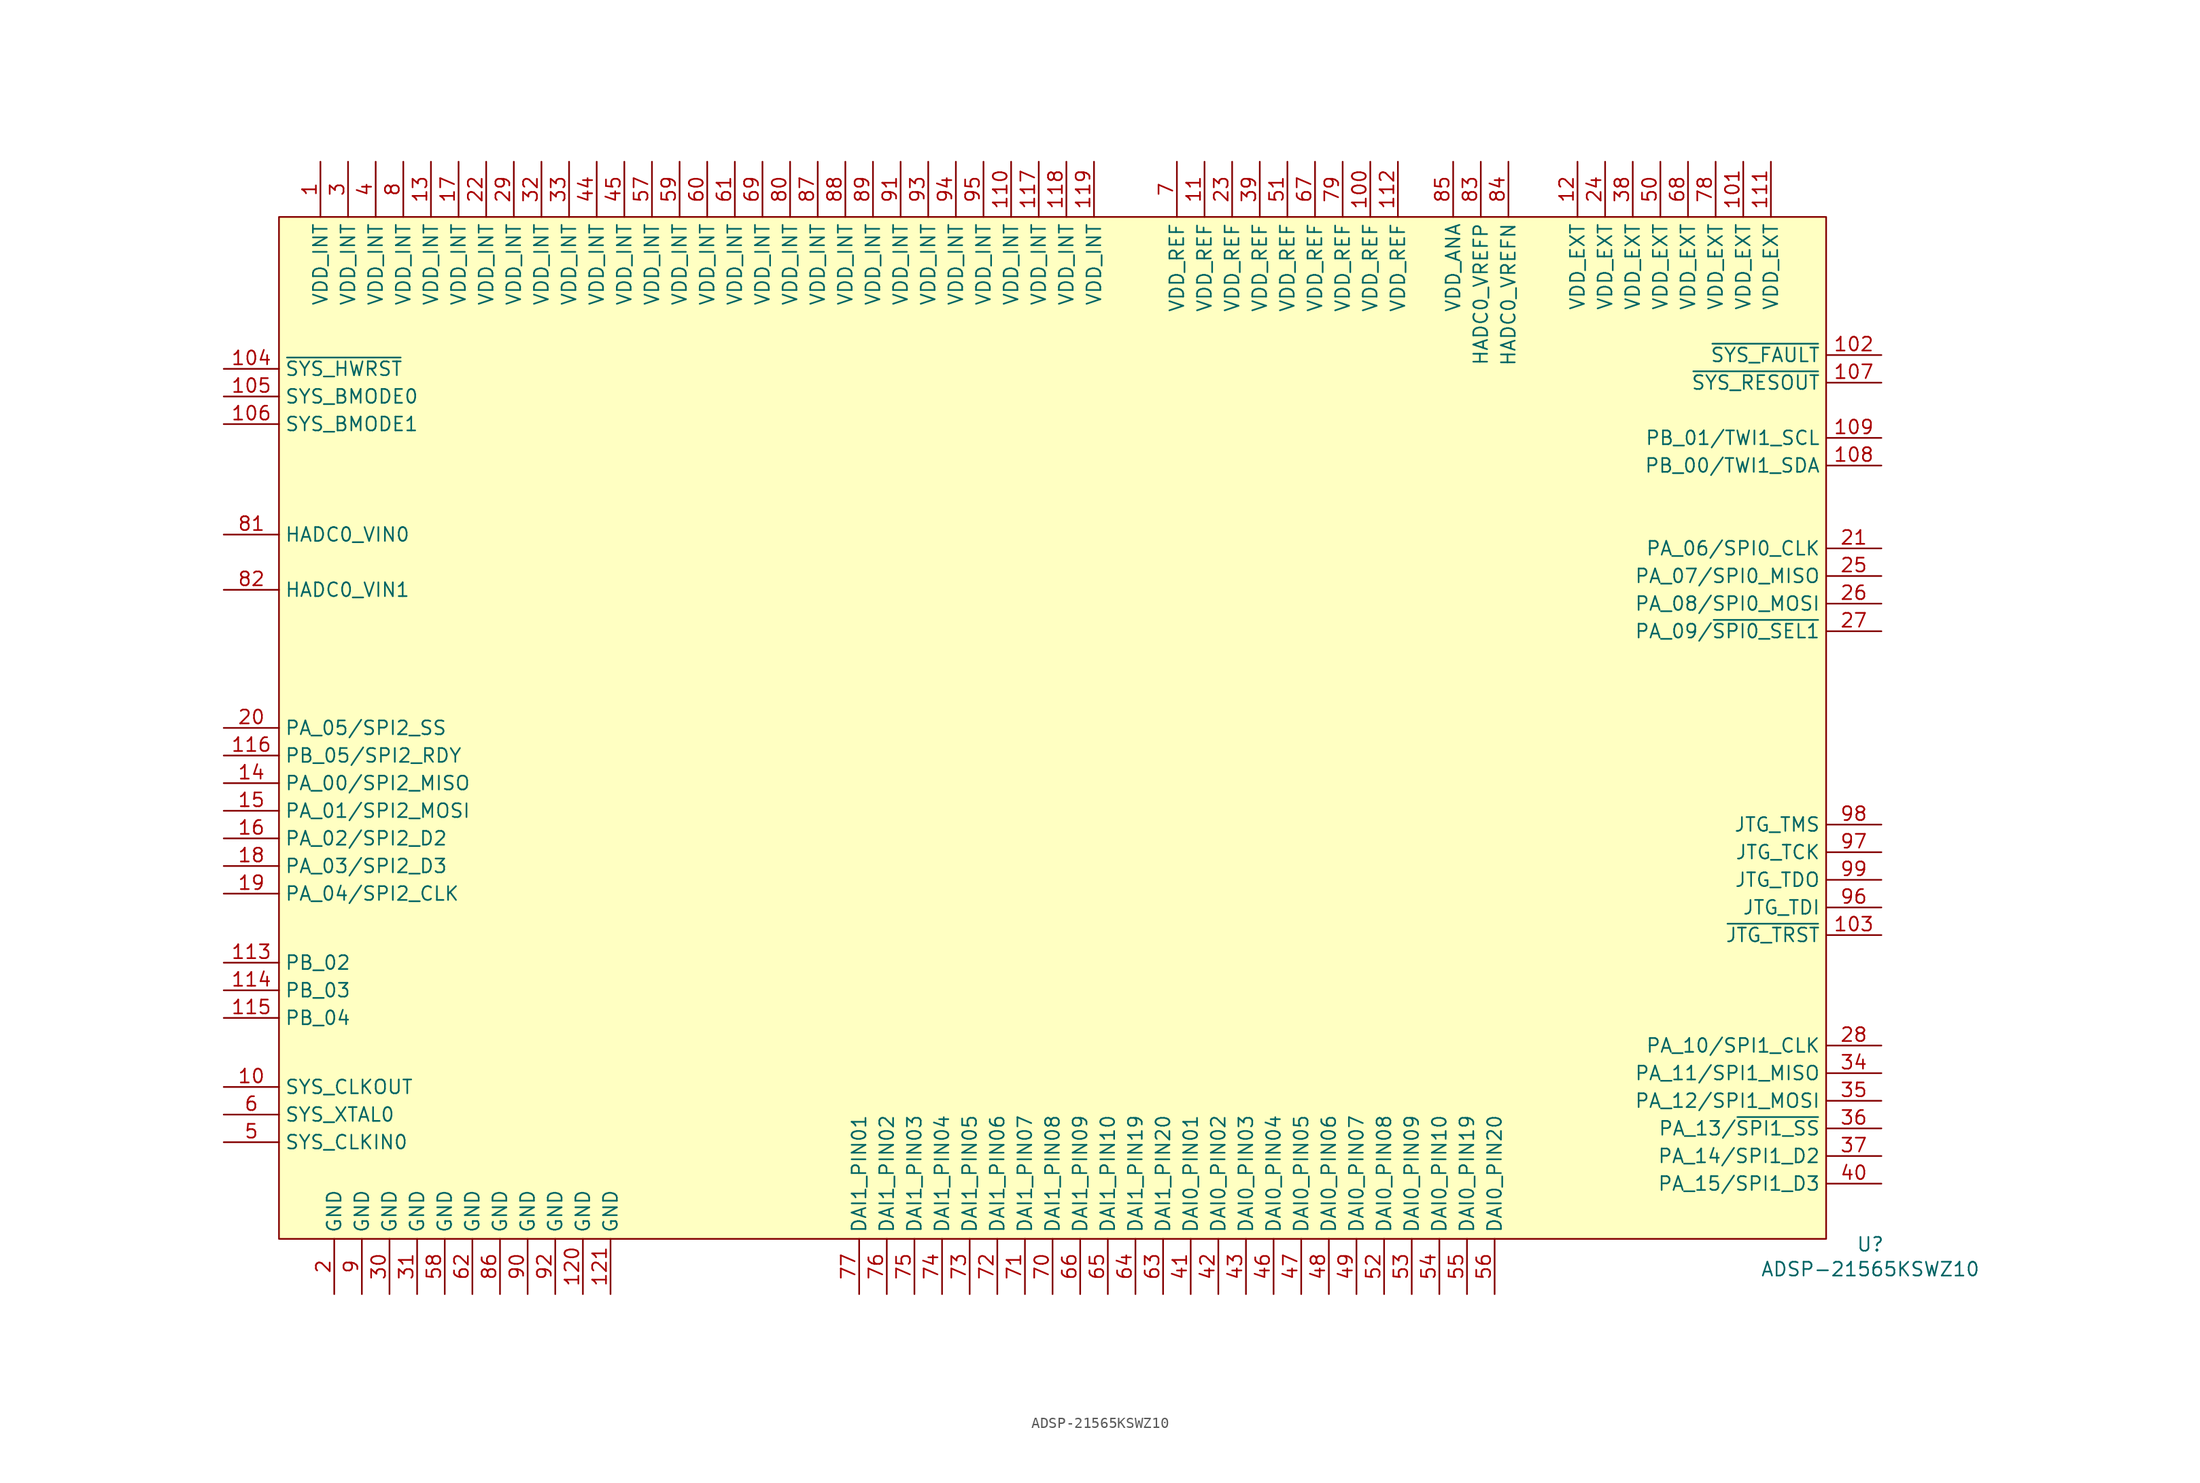
<source format=kicad_sym>
(kicad_symbol_lib
  (version 20231120)
  (generator "kicad_symbol_editor")
  (generator_version "8.0")
  (symbol "ADSP-21565KSWZ10"
    (property "Reference" "U"
      (at 161.544 -94.488 0)
      (do_not_autoplace)
      (effects (font (size 1.27 1.27))))
    (property "Value" "ADSP-21565KSWZ10"
      (at 161.544 -96.774 0)
      (do_not_autoplace)
      (effects (font (size 1.27 1.27))))
    (symbol "ADSP-21565KSWZ10_1_1"
      (rectangle (start 15.24 0) (end 157.48 -93.98) (stroke (width 0) (type default)) (fill (type background)))
      (pin bidirectional line (at 19.05 5.08 270) (length 5.08) (name "VDD_INT" (effects (font (size 1.27 1.27)))) (number "1" (effects (font (size 1.27 1.27)))))
      (pin bidirectional line (at 10.16 -80.01 0) (length 5.08) (name "SYS_CLKOUT" (effects (font (size 1.27 1.27)))) (number "10" (effects (font (size 1.27 1.27)))))
      (pin bidirectional line (at 115.57 5.08 270) (length 5.08) (name "VDD_REF" (effects (font (size 1.27 1.27)))) (number "100" (effects (font (size 1.27 1.27)))))
      (pin bidirectional line (at 149.86 5.08 270) (length 5.08) (name "VDD_EXT" (effects (font (size 1.27 1.27)))) (number "101" (effects (font (size 1.27 1.27)))))
      (pin bidirectional line (at 162.56 -12.7 180) (length 5.08) (name "~{SYS_FAULT}" (effects (font (size 1.27 1.27)))) (number "102" (effects (font (size 1.27 1.27)))))
      (pin bidirectional line (at 162.56 -66.04 180) (length 5.08) (name "~{JTG_TRST}" (effects (font (size 1.27 1.27)))) (number "103" (effects (font (size 1.27 1.27)))))
      (pin bidirectional line (at 10.16 -13.97 0) (length 5.08) (name "~{SYS_HWRST}" (effects (font (size 1.27 1.27)))) (number "104" (effects (font (size 1.27 1.27)))))
      (pin bidirectional line (at 10.16 -16.51 0) (length 5.08) (name "SYS_BMODE0" (effects (font (size 1.27 1.27)))) (number "105" (effects (font (size 1.27 1.27)))))
      (pin bidirectional line (at 10.16 -19.05 0) (length 5.08) (name "SYS_BMODE1" (effects (font (size 1.27 1.27)))) (number "106" (effects (font (size 1.27 1.27)))))
      (pin bidirectional line (at 162.56 -15.24 180) (length 5.08) (name "~{SYS_RESOUT}" (effects (font (size 1.27 1.27)))) (number "107" (effects (font (size 1.27 1.27)))))
      (pin bidirectional line (at 162.56 -22.86 180) (length 5.08) (name "PB_00/TWI1_SDA" (effects (font (size 1.27 1.27)))) (number "108" (effects (font (size 1.27 1.27)))))
      (pin bidirectional line (at 162.56 -20.32 180) (length 5.08) (name "PB_01/TWI1_SCL" (effects (font (size 1.27 1.27)))) (number "109" (effects (font (size 1.27 1.27)))))
      (pin bidirectional line (at 100.33 5.08 270) (length 5.08) (name "VDD_REF" (effects (font (size 1.27 1.27)))) (number "11" (effects (font (size 1.27 1.27)))))
      (pin bidirectional line (at 82.55 5.08 270) (length 5.08) (name "VDD_INT" (effects (font (size 1.27 1.27)))) (number "110" (effects (font (size 1.27 1.27)))))
      (pin bidirectional line (at 152.4 5.08 270) (length 5.08) (name "VDD_EXT" (effects (font (size 1.27 1.27)))) (number "111" (effects (font (size 1.27 1.27)))))
      (pin bidirectional line (at 118.11 5.08 270) (length 5.08) (name "VDD_REF" (effects (font (size 1.27 1.27)))) (number "112" (effects (font (size 1.27 1.27)))))
      (pin bidirectional line (at 10.16 -68.58 0) (length 5.08) (name "PB_02" (effects (font (size 1.27 1.27)))) (number "113" (effects (font (size 1.27 1.27)))))
      (pin bidirectional line (at 10.16 -71.12 0) (length 5.08) (name "PB_03" (effects (font (size 1.27 1.27)))) (number "114" (effects (font (size 1.27 1.27)))))
      (pin bidirectional line (at 10.16 -73.66 0) (length 5.08) (name "PB_04" (effects (font (size 1.27 1.27)))) (number "115" (effects (font (size 1.27 1.27)))))
      (pin bidirectional line (at 10.16 -49.53 0) (length 5.08) (name "PB_05/SPI2_RDY" (effects (font (size 1.27 1.27)))) (number "116" (effects (font (size 1.27 1.27)))))
      (pin bidirectional line (at 85.09 5.08 270) (length 5.08) (name "VDD_INT" (effects (font (size 1.27 1.27)))) (number "117" (effects (font (size 1.27 1.27)))))
      (pin bidirectional line (at 87.63 5.08 270) (length 5.08) (name "VDD_INT" (effects (font (size 1.27 1.27)))) (number "118" (effects (font (size 1.27 1.27)))))
      (pin bidirectional line (at 90.17 5.08 270) (length 5.08) (name "VDD_INT" (effects (font (size 1.27 1.27)))) (number "119" (effects (font (size 1.27 1.27)))))
      (pin bidirectional line (at 134.62 5.08 270) (length 5.08) (name "VDD_EXT" (effects (font (size 1.27 1.27)))) (number "12" (effects (font (size 1.27 1.27)))))
      (pin bidirectional line (at 43.18 -99.06 90) (length 5.08) (name "GND" (effects (font (size 1.27 1.27)))) (number "120" (effects (font (size 1.27 1.27)))))
      (pin bidirectional line (at 45.72 -99.06 90) (length 5.08) (name "GND" (effects (font (size 1.27 1.27)))) (number "121" (effects (font (size 1.27 1.27)))))
      (pin bidirectional line (at 29.21 5.08 270) (length 5.08) (name "VDD_INT" (effects (font (size 1.27 1.27)))) (number "13" (effects (font (size 1.27 1.27)))))
      (pin bidirectional line (at 10.16 -52.07 0) (length 5.08) (name "PA_00/SPI2_MISO" (effects (font (size 1.27 1.27)))) (number "14" (effects (font (size 1.27 1.27)))))
      (pin bidirectional line (at 10.16 -54.61 0) (length 5.08) (name "PA_01/SPI2_MOSI" (effects (font (size 1.27 1.27)))) (number "15" (effects (font (size 1.27 1.27)))))
      (pin bidirectional line (at 10.16 -57.15 0) (length 5.08) (name "PA_02/SPI2_D2" (effects (font (size 1.27 1.27)))) (number "16" (effects (font (size 1.27 1.27)))))
      (pin bidirectional line (at 31.75 5.08 270) (length 5.08) (name "VDD_INT" (effects (font (size 1.27 1.27)))) (number "17" (effects (font (size 1.27 1.27)))))
      (pin bidirectional line (at 10.16 -59.69 0) (length 5.08) (name "PA_03/SPI2_D3" (effects (font (size 1.27 1.27)))) (number "18" (effects (font (size 1.27 1.27)))))
      (pin bidirectional line (at 10.16 -62.23 0) (length 5.08) (name "PA_04/SPI2_CLK" (effects (font (size 1.27 1.27)))) (number "19" (effects (font (size 1.27 1.27)))))
      (pin bidirectional line (at 20.32 -99.06 90) (length 5.08) (name "GND" (effects (font (size 1.27 1.27)))) (number "2" (effects (font (size 1.27 1.27)))))
      (pin bidirectional line (at 10.16 -46.99 0) (length 5.08) (name "PA_05/SPI2_SS" (effects (font (size 1.27 1.27)))) (number "20" (effects (font (size 1.27 1.27)))))
      (pin bidirectional line (at 162.56 -30.48 180) (length 5.08) (name "PA_06/SPI0_CLK" (effects (font (size 1.27 1.27)))) (number "21" (effects (font (size 1.27 1.27)))))
      (pin bidirectional line (at 34.29 5.08 270) (length 5.08) (name "VDD_INT" (effects (font (size 1.27 1.27)))) (number "22" (effects (font (size 1.27 1.27)))))
      (pin bidirectional line (at 102.87 5.08 270) (length 5.08) (name "VDD_REF" (effects (font (size 1.27 1.27)))) (number "23" (effects (font (size 1.27 1.27)))))
      (pin bidirectional line (at 137.16 5.08 270) (length 5.08) (name "VDD_EXT" (effects (font (size 1.27 1.27)))) (number "24" (effects (font (size 1.27 1.27)))))
      (pin bidirectional line (at 162.56 -33.02 180) (length 5.08) (name "PA_07/SPI0_MISO" (effects (font (size 1.27 1.27)))) (number "25" (effects (font (size 1.27 1.27)))))
      (pin bidirectional line (at 162.56 -35.56 180) (length 5.08) (name "PA_08/SPI0_MOSI" (effects (font (size 1.27 1.27)))) (number "26" (effects (font (size 1.27 1.27)))))
      (pin bidirectional line (at 162.56 -38.1 180) (length 5.08) (name "PA_09/~{SPI0_SEL1}" (effects (font (size 1.27 1.27)))) (number "27" (effects (font (size 1.27 1.27)))))
      (pin bidirectional line (at 162.56 -76.2 180) (length 5.08) (name "PA_10/SPI1_CLK" (effects (font (size 1.27 1.27)))) (number "28" (effects (font (size 1.27 1.27)))))
      (pin bidirectional line (at 36.83 5.08 270) (length 5.08) (name "VDD_INT" (effects (font (size 1.27 1.27)))) (number "29" (effects (font (size 1.27 1.27)))))
      (pin bidirectional line (at 21.59 5.08 270) (length 5.08) (name "VDD_INT" (effects (font (size 1.27 1.27)))) (number "3" (effects (font (size 1.27 1.27)))))
      (pin bidirectional line (at 25.4 -99.06 90) (length 5.08) (name "GND" (effects (font (size 1.27 1.27)))) (number "30" (effects (font (size 1.27 1.27)))))
      (pin bidirectional line (at 27.94 -99.06 90) (length 5.08) (name "GND" (effects (font (size 1.27 1.27)))) (number "31" (effects (font (size 1.27 1.27)))))
      (pin bidirectional line (at 39.37 5.08 270) (length 5.08) (name "VDD_INT" (effects (font (size 1.27 1.27)))) (number "32" (effects (font (size 1.27 1.27)))))
      (pin bidirectional line (at 41.91 5.08 270) (length 5.08) (name "VDD_INT" (effects (font (size 1.27 1.27)))) (number "33" (effects (font (size 1.27 1.27)))))
      (pin bidirectional line (at 162.56 -78.74 180) (length 5.08) (name "PA_11/SPI1_MISO" (effects (font (size 1.27 1.27)))) (number "34" (effects (font (size 1.27 1.27)))))
      (pin bidirectional line (at 162.56 -81.28 180) (length 5.08) (name "PA_12/SPI1_MOSI" (effects (font (size 1.27 1.27)))) (number "35" (effects (font (size 1.27 1.27)))))
      (pin bidirectional line (at 162.56 -83.82 180) (length 5.08) (name "PA_13/~{SPI1_SS}" (effects (font (size 1.27 1.27)))) (number "36" (effects (font (size 1.27 1.27)))))
      (pin bidirectional line (at 162.56 -86.36 180) (length 5.08) (name "PA_14/SPI1_D2" (effects (font (size 1.27 1.27)))) (number "37" (effects (font (size 1.27 1.27)))))
      (pin bidirectional line (at 139.7 5.08 270) (length 5.08) (name "VDD_EXT" (effects (font (size 1.27 1.27)))) (number "38" (effects (font (size 1.27 1.27)))))
      (pin bidirectional line (at 105.41 5.08 270) (length 5.08) (name "VDD_REF" (effects (font (size 1.27 1.27)))) (number "39" (effects (font (size 1.27 1.27)))))
      (pin bidirectional line (at 24.13 5.08 270) (length 5.08) (name "VDD_INT" (effects (font (size 1.27 1.27)))) (number "4" (effects (font (size 1.27 1.27)))))
      (pin bidirectional line (at 162.56 -88.9 180) (length 5.08) (name "PA_15/SPI1_D3" (effects (font (size 1.27 1.27)))) (number "40" (effects (font (size 1.27 1.27)))))
      (pin bidirectional line (at 99.06 -99.06 90) (length 5.08) (name "DAI0_PIN01" (effects (font (size 1.27 1.27)))) (number "41" (effects (font (size 1.27 1.27)))))
      (pin bidirectional line (at 101.6 -99.06 90) (length 5.08) (name "DAI0_PIN02" (effects (font (size 1.27 1.27)))) (number "42" (effects (font (size 1.27 1.27)))))
      (pin bidirectional line (at 104.14 -99.06 90) (length 5.08) (name "DAI0_PIN03" (effects (font (size 1.27 1.27)))) (number "43" (effects (font (size 1.27 1.27)))))
      (pin bidirectional line (at 44.45 5.08 270) (length 5.08) (name "VDD_INT" (effects (font (size 1.27 1.27)))) (number "44" (effects (font (size 1.27 1.27)))))
      (pin bidirectional line (at 46.99 5.08 270) (length 5.08) (name "VDD_INT" (effects (font (size 1.27 1.27)))) (number "45" (effects (font (size 1.27 1.27)))))
      (pin bidirectional line (at 106.68 -99.06 90) (length 5.08) (name "DAI0_PIN04" (effects (font (size 1.27 1.27)))) (number "46" (effects (font (size 1.27 1.27)))))
      (pin bidirectional line (at 109.22 -99.06 90) (length 5.08) (name "DAI0_PIN05" (effects (font (size 1.27 1.27)))) (number "47" (effects (font (size 1.27 1.27)))))
      (pin bidirectional line (at 111.76 -99.06 90) (length 5.08) (name "DAI0_PIN06" (effects (font (size 1.27 1.27)))) (number "48" (effects (font (size 1.27 1.27)))))
      (pin bidirectional line (at 114.3 -99.06 90) (length 5.08) (name "DAI0_PIN07" (effects (font (size 1.27 1.27)))) (number "49" (effects (font (size 1.27 1.27)))))
      (pin bidirectional line (at 10.16 -85.09 0) (length 5.08) (name "SYS_CLKIN0" (effects (font (size 1.27 1.27)))) (number "5" (effects (font (size 1.27 1.27)))))
      (pin bidirectional line (at 142.24 5.08 270) (length 5.08) (name "VDD_EXT" (effects (font (size 1.27 1.27)))) (number "50" (effects (font (size 1.27 1.27)))))
      (pin bidirectional line (at 107.95 5.08 270) (length 5.08) (name "VDD_REF" (effects (font (size 1.27 1.27)))) (number "51" (effects (font (size 1.27 1.27)))))
      (pin bidirectional line (at 116.84 -99.06 90) (length 5.08) (name "DAI0_PIN08" (effects (font (size 1.27 1.27)))) (number "52" (effects (font (size 1.27 1.27)))))
      (pin bidirectional line (at 119.38 -99.06 90) (length 5.08) (name "DAI0_PIN09" (effects (font (size 1.27 1.27)))) (number "53" (effects (font (size 1.27 1.27)))))
      (pin bidirectional line (at 121.92 -99.06 90) (length 5.08) (name "DAI0_PIN10" (effects (font (size 1.27 1.27)))) (number "54" (effects (font (size 1.27 1.27)))))
      (pin bidirectional line (at 124.46 -99.06 90) (length 5.08) (name "DAI0_PIN19" (effects (font (size 1.27 1.27)))) (number "55" (effects (font (size 1.27 1.27)))))
      (pin bidirectional line (at 127 -99.06 90) (length 5.08) (name "DAI0_PIN20" (effects (font (size 1.27 1.27)))) (number "56" (effects (font (size 1.27 1.27)))))
      (pin bidirectional line (at 49.53 5.08 270) (length 5.08) (name "VDD_INT" (effects (font (size 1.27 1.27)))) (number "57" (effects (font (size 1.27 1.27)))))
      (pin bidirectional line (at 30.48 -99.06 90) (length 5.08) (name "GND" (effects (font (size 1.27 1.27)))) (number "58" (effects (font (size 1.27 1.27)))))
      (pin bidirectional line (at 52.07 5.08 270) (length 5.08) (name "VDD_INT" (effects (font (size 1.27 1.27)))) (number "59" (effects (font (size 1.27 1.27)))))
      (pin bidirectional line (at 10.16 -82.55 0) (length 5.08) (name "SYS_XTAL0" (effects (font (size 1.27 1.27)))) (number "6" (effects (font (size 1.27 1.27)))))
      (pin bidirectional line (at 54.61 5.08 270) (length 5.08) (name "VDD_INT" (effects (font (size 1.27 1.27)))) (number "60" (effects (font (size 1.27 1.27)))))
      (pin bidirectional line (at 57.15 5.08 270) (length 5.08) (name "VDD_INT" (effects (font (size 1.27 1.27)))) (number "61" (effects (font (size 1.27 1.27)))))
      (pin bidirectional line (at 33.02 -99.06 90) (length 5.08) (name "GND" (effects (font (size 1.27 1.27)))) (number "62" (effects (font (size 1.27 1.27)))))
      (pin bidirectional line (at 96.52 -99.06 90) (length 5.08) (name "DAI1_PIN20" (effects (font (size 1.27 1.27)))) (number "63" (effects (font (size 1.27 1.27)))))
      (pin bidirectional line (at 93.98 -99.06 90) (length 5.08) (name "DAI1_PIN19" (effects (font (size 1.27 1.27)))) (number "64" (effects (font (size 1.27 1.27)))))
      (pin bidirectional line (at 91.44 -99.06 90) (length 5.08) (name "DAI1_PIN10" (effects (font (size 1.27 1.27)))) (number "65" (effects (font (size 1.27 1.27)))))
      (pin bidirectional line (at 88.9 -99.06 90) (length 5.08) (name "DAI1_PIN09" (effects (font (size 1.27 1.27)))) (number "66" (effects (font (size 1.27 1.27)))))
      (pin bidirectional line (at 110.49 5.08 270) (length 5.08) (name "VDD_REF" (effects (font (size 1.27 1.27)))) (number "67" (effects (font (size 1.27 1.27)))))
      (pin bidirectional line (at 144.78 5.08 270) (length 5.08) (name "VDD_EXT" (effects (font (size 1.27 1.27)))) (number "68" (effects (font (size 1.27 1.27)))))
      (pin bidirectional line (at 59.69 5.08 270) (length 5.08) (name "VDD_INT" (effects (font (size 1.27 1.27)))) (number "69" (effects (font (size 1.27 1.27)))))
      (pin bidirectional line (at 97.79 5.08 270) (length 5.08) (name "VDD_REF" (effects (font (size 1.27 1.27)))) (number "7" (effects (font (size 1.27 1.27)))))
      (pin bidirectional line (at 86.36 -99.06 90) (length 5.08) (name "DAI1_PIN08" (effects (font (size 1.27 1.27)))) (number "70" (effects (font (size 1.27 1.27)))))
      (pin bidirectional line (at 83.82 -99.06 90) (length 5.08) (name "DAI1_PIN07" (effects (font (size 1.27 1.27)))) (number "71" (effects (font (size 1.27 1.27)))))
      (pin bidirectional line (at 81.28 -99.06 90) (length 5.08) (name "DAI1_PIN06" (effects (font (size 1.27 1.27)))) (number "72" (effects (font (size 1.27 1.27)))))
      (pin bidirectional line (at 78.74 -99.06 90) (length 5.08) (name "DAI1_PIN05" (effects (font (size 1.27 1.27)))) (number "73" (effects (font (size 1.27 1.27)))))
      (pin bidirectional line (at 76.2 -99.06 90) (length 5.08) (name "DAI1_PIN04" (effects (font (size 1.27 1.27)))) (number "74" (effects (font (size 1.27 1.27)))))
      (pin bidirectional line (at 73.66 -99.06 90) (length 5.08) (name "DAI1_PIN03" (effects (font (size 1.27 1.27)))) (number "75" (effects (font (size 1.27 1.27)))))
      (pin bidirectional line (at 71.12 -99.06 90) (length 5.08) (name "DAI1_PIN02" (effects (font (size 1.27 1.27)))) (number "76" (effects (font (size 1.27 1.27)))))
      (pin bidirectional line (at 68.58 -99.06 90) (length 5.08) (name "DAI1_PIN01" (effects (font (size 1.27 1.27)))) (number "77" (effects (font (size 1.27 1.27)))))
      (pin bidirectional line (at 147.32 5.08 270) (length 5.08) (name "VDD_EXT" (effects (font (size 1.27 1.27)))) (number "78" (effects (font (size 1.27 1.27)))))
      (pin bidirectional line (at 113.03 5.08 270) (length 5.08) (name "VDD_REF" (effects (font (size 1.27 1.27)))) (number "79" (effects (font (size 1.27 1.27)))))
      (pin bidirectional line (at 26.67 5.08 270) (length 5.08) (name "VDD_INT" (effects (font (size 1.27 1.27)))) (number "8" (effects (font (size 1.27 1.27)))))
      (pin bidirectional line (at 62.23 5.08 270) (length 5.08) (name "VDD_INT" (effects (font (size 1.27 1.27)))) (number "80" (effects (font (size 1.27 1.27)))))
      (pin bidirectional line (at 10.16 -29.21 0) (length 5.08) (name "HADC0_VIN0" (effects (font (size 1.27 1.27)))) (number "81" (effects (font (size 1.27 1.27)))))
      (pin bidirectional line (at 10.16 -34.29 0) (length 5.08) (name "HADC0_VIN1" (effects (font (size 1.27 1.27)))) (number "82" (effects (font (size 1.27 1.27)))))
      (pin bidirectional line (at 125.73 5.08 270) (length 5.08) (name "HADC0_VREFP" (effects (font (size 1.27 1.27)))) (number "83" (effects (font (size 1.27 1.27)))))
      (pin bidirectional line (at 128.27 5.08 270) (length 5.08) (name "HADC0_VREFN" (effects (font (size 1.27 1.27)))) (number "84" (effects (font (size 1.27 1.27)))))
      (pin bidirectional line (at 123.19 5.08 270) (length 5.08) (name "VDD_ANA" (effects (font (size 1.27 1.27)))) (number "85" (effects (font (size 1.27 1.27)))))
      (pin bidirectional line (at 35.56 -99.06 90) (length 5.08) (name "GND" (effects (font (size 1.27 1.27)))) (number "86" (effects (font (size 1.27 1.27)))))
      (pin bidirectional line (at 64.77 5.08 270) (length 5.08) (name "VDD_INT" (effects (font (size 1.27 1.27)))) (number "87" (effects (font (size 1.27 1.27)))))
      (pin bidirectional line (at 67.31 5.08 270) (length 5.08) (name "VDD_INT" (effects (font (size 1.27 1.27)))) (number "88" (effects (font (size 1.27 1.27)))))
      (pin bidirectional line (at 69.85 5.08 270) (length 5.08) (name "VDD_INT" (effects (font (size 1.27 1.27)))) (number "89" (effects (font (size 1.27 1.27)))))
      (pin bidirectional line (at 22.86 -99.06 90) (length 5.08) (name "GND" (effects (font (size 1.27 1.27)))) (number "9" (effects (font (size 1.27 1.27)))))
      (pin bidirectional line (at 38.1 -99.06 90) (length 5.08) (name "GND" (effects (font (size 1.27 1.27)))) (number "90" (effects (font (size 1.27 1.27)))))
      (pin bidirectional line (at 72.39 5.08 270) (length 5.08) (name "VDD_INT" (effects (font (size 1.27 1.27)))) (number "91" (effects (font (size 1.27 1.27)))))
      (pin bidirectional line (at 40.64 -99.06 90) (length 5.08) (name "GND" (effects (font (size 1.27 1.27)))) (number "92" (effects (font (size 1.27 1.27)))))
      (pin bidirectional line (at 74.93 5.08 270) (length 5.08) (name "VDD_INT" (effects (font (size 1.27 1.27)))) (number "93" (effects (font (size 1.27 1.27)))))
      (pin bidirectional line (at 77.47 5.08 270) (length 5.08) (name "VDD_INT" (effects (font (size 1.27 1.27)))) (number "94" (effects (font (size 1.27 1.27)))))
      (pin bidirectional line (at 80.01 5.08 270) (length 5.08) (name "VDD_INT" (effects (font (size 1.27 1.27)))) (number "95" (effects (font (size 1.27 1.27)))))
      (pin bidirectional line (at 162.56 -63.5 180) (length 5.08) (name "JTG_TDI" (effects (font (size 1.27 1.27)))) (number "96" (effects (font (size 1.27 1.27)))))
      (pin bidirectional line (at 162.56 -58.42 180) (length 5.08) (name "JTG_TCK" (effects (font (size 1.27 1.27)))) (number "97" (effects (font (size 1.27 1.27)))))
      (pin bidirectional line (at 162.56 -55.88 180) (length 5.08) (name "JTG_TMS" (effects (font (size 1.27 1.27)))) (number "98" (effects (font (size 1.27 1.27)))))
      (pin bidirectional line (at 162.56 -60.96 180) (length 5.08) (name "JTG_TDO" (effects (font (size 1.27 1.27)))) (number "99" (effects (font (size 1.27 1.27))))))))
</source>
